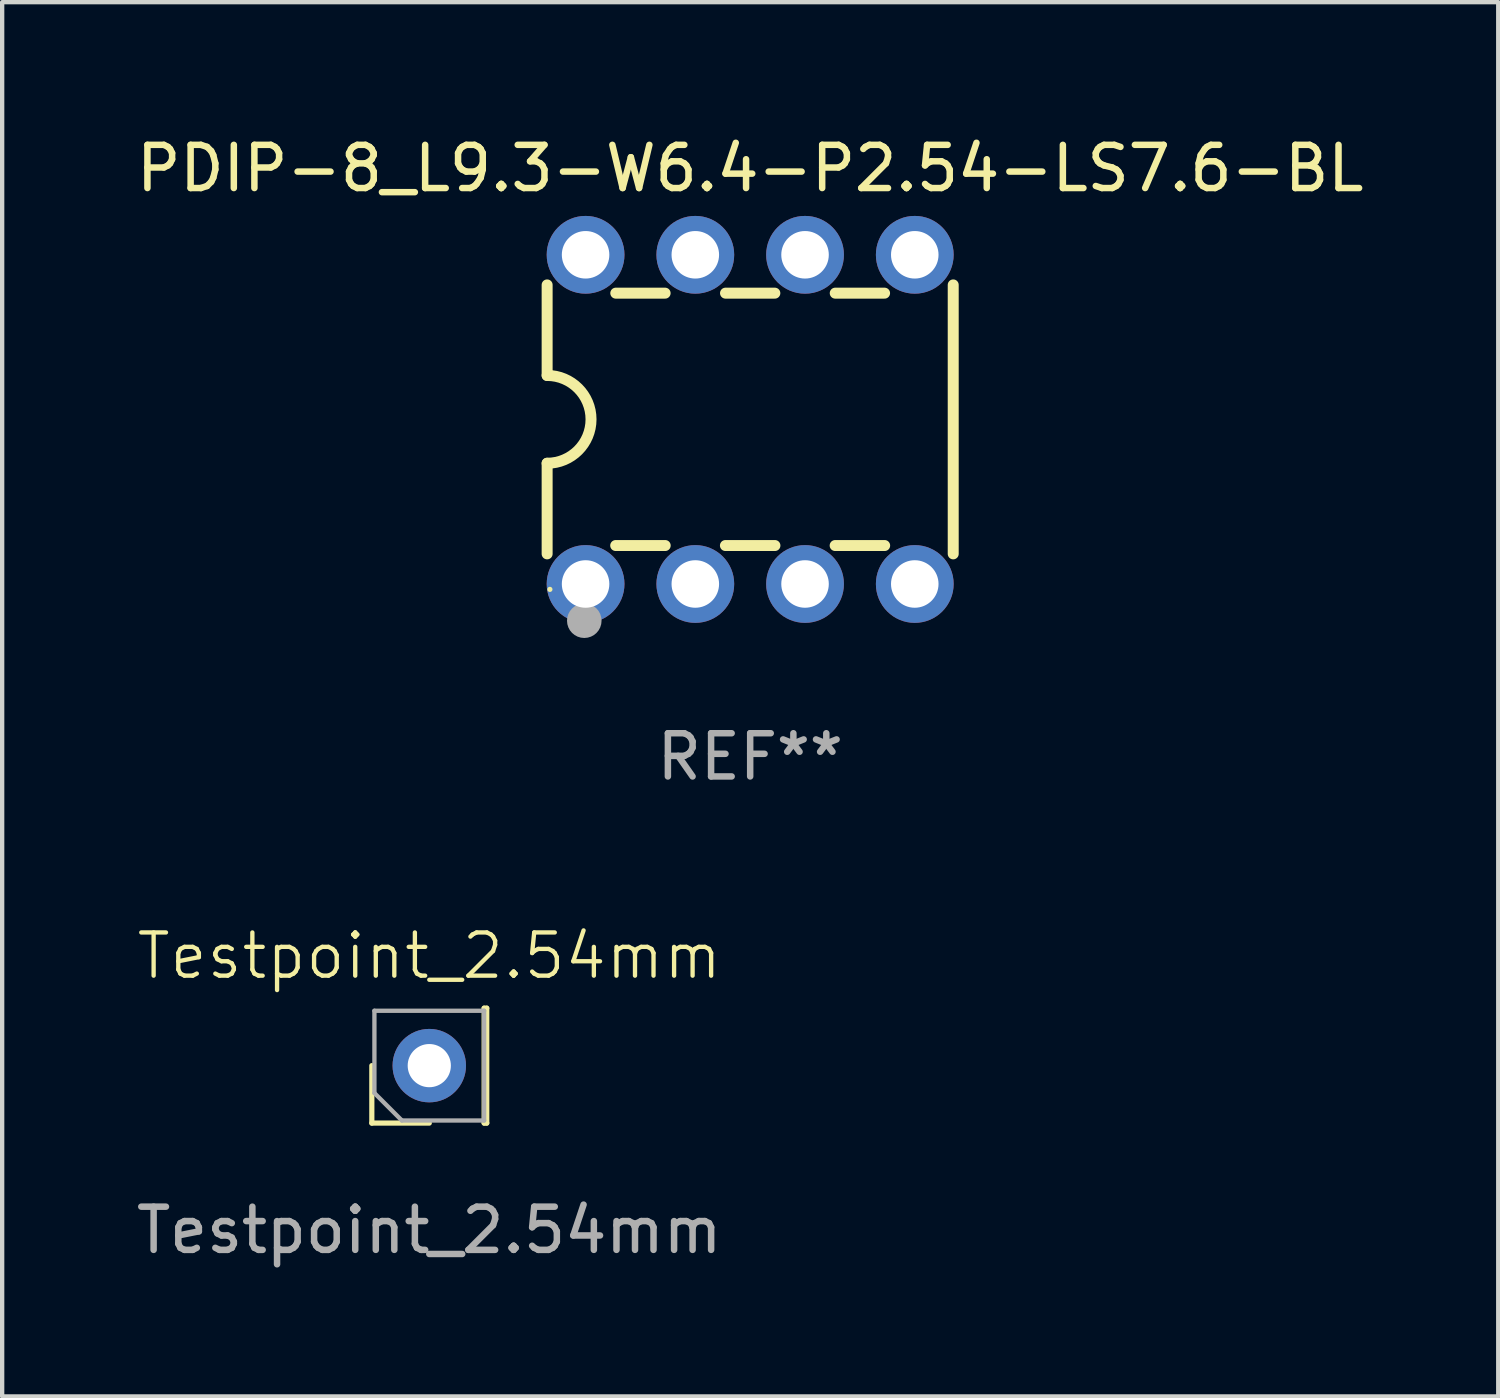
<source format=kicad_pcb>
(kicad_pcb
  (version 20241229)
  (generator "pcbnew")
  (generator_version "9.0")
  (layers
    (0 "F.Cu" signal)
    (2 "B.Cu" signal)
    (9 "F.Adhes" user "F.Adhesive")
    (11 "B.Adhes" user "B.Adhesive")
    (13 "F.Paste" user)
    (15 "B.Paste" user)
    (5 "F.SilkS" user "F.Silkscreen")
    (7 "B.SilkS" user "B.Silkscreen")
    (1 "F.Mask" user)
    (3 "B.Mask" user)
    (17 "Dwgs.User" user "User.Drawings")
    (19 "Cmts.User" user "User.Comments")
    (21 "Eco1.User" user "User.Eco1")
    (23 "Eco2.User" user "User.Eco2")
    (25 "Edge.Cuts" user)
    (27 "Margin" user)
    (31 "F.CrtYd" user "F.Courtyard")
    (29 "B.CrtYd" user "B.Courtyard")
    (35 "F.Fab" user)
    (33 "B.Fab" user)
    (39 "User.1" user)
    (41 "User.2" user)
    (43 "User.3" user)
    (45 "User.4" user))
  (footprint "Testpoint_2.54mm"
    (layer "F.Cu")
    (at 6.887 21.617)
    (property "Reference" "Testpoint_2.54mm" (at 0 -2.54 0) (unlocked yes) (layer "F.SilkS") (effects (font (size 1 1) (thickness 0.1))))
    (attr smd)
    (fp_line (start -1.33 1.33) (end -1.33 0) (stroke (width 0.12) (type solid)) (layer "F.SilkS"))
    (fp_line (start 0 1.33) (end -1.33 1.33) (stroke (width 0.12) (type solid)) (layer "F.SilkS"))
    (fp_line (start 1.27 -1.33) (end 1.33 -1.33) (stroke (width 0.12) (type solid)) (layer "F.SilkS"))
    (fp_line (start 1.27 1.33) (end 1.27 -1.33) (stroke (width 0.12) (type solid)) (layer "F.SilkS"))
    (fp_line (start 1.27 1.33) (end 1.33 1.33) (stroke (width 0.12) (type solid)) (layer "F.SilkS"))
    (fp_line (start 1.33 1.33) (end 1.33 -1.33) (stroke (width 0.12) (type solid)) (layer "F.SilkS"))
    (fp_line (start -1.27 -1.27) (end 1.27 -1.27) (stroke (width 0.1) (type solid)) (layer "F.Fab"))
    (fp_line (start -1.27 0.635) (end -1.27 -1.27) (stroke (width 0.1) (type solid)) (layer "F.Fab"))
    (fp_line (start -0.635 1.27) (end -1.27 0.635) (stroke (width 0.1) (type solid)) (layer "F.Fab"))
    (fp_line (start 1.27 -1.27) (end 1.27 1.27) (stroke (width 0.1) (type solid)) (layer "F.Fab"))
    (fp_line (start 1.27 1.27) (end -0.635 1.27) (stroke (width 0.1) (type solid)) (layer "F.Fab"))
    (fp_text user "${REFERENCE}" (at 0 3.81 0) (unlocked yes) (layer "F.Fab") (effects (font (size 1 1) (thickness 0.15))))
    (pad "1" thru_hole oval (at 0 0) (size 1.7 1.7) (drill 1) (layers "*.Cu" "*.Mask")))
  (footprint "PDIP-8_L9.3-W6.4-P2.54-LS7.6-BL"
    (layer "F.Cu")
    (at 14.315 6.658)
    (property "Reference" "PDIP-8_L9.3-W6.4-P2.54-LS7.6-BL" (at 0 -5.81 0) (layer "F.SilkS") (effects (font (size 1 1) (thickness 0.15))))
    (attr through_hole)
    (fp_line (start -4.7 -1.017) (end -4.7 -3.113) (stroke (width 0.254) (type solid)) (layer "F.SilkS"))
    (fp_line (start -4.7 1.015) (end -4.7 3.113) (stroke (width 0.254) (type solid)) (layer "F.SilkS"))
    (fp_line (start -3.113 2.92) (end -1.967 2.92) (stroke (width 0.254) (type solid)) (layer "F.SilkS"))
    (fp_line (start -3.111 -2.922) (end -1.969 -2.922) (stroke (width 0.254) (type solid)) (layer "F.SilkS"))
    (fp_line (start -0.573 2.92) (end 0.573 2.92) (stroke (width 0.254) (type solid)) (layer "F.SilkS"))
    (fp_line (start -0.571 -2.922) (end 0.571 -2.922) (stroke (width 0.254) (type solid)) (layer "F.SilkS"))
    (fp_line (start 1.967 2.92) (end 3.113 2.92) (stroke (width 0.254) (type solid)) (layer "F.SilkS"))
    (fp_line (start 1.969 -2.922) (end 3.111 -2.922) (stroke (width 0.254) (type solid)) (layer "F.SilkS"))
    (fp_line (start 4.7 -3.113) (end 4.7 3.113) (stroke (width 0.254) (type solid)) (layer "F.SilkS"))
    (fp_arc (start -4.7 -1.016764) (mid -3.683998 -0.000762) (end -4.7 1.01524) (stroke (width 0.254001) (type solid)) (layer "F.SilkS"))
    (fp_circle (center -4.636 3.935) (end -4.606 3.935) (stroke (width 0.06) (type solid)) (fill no) (layer "F.SilkS"))
    (fp_circle (center -3.84 4.66) (end -3.64 4.66) (stroke (width 0.4) (type solid)) (fill no) (layer "F.Fab"))
    (fp_text user "REF**" (at 0 7.81 0) (layer "F.Fab") (effects (font (size 1 1) (thickness 0.15))))
    (pad "1" thru_hole circle (at -3.81 3.81) (size 1.8 1.8) (drill 1.1) (layers "*.Cu" "*.Mask"))
    (pad "2" thru_hole circle (at -1.27 3.81) (size 1.8 1.8) (drill 1.1) (layers "*.Cu" "*.Mask"))
    (pad "3" thru_hole circle (at 1.27 3.81) (size 1.8 1.8) (drill 1.1) (layers "*.Cu" "*.Mask"))
    (pad "4" thru_hole circle (at 3.81 3.81) (size 1.8 1.8) (drill 1.1) (layers "*.Cu" "*.Mask"))
    (pad "5" thru_hole circle (at 3.81 -3.81) (size 1.8 1.8) (drill 1.1) (layers "*.Cu" "*.Mask"))
    (pad "6" thru_hole circle (at 1.27 -3.81) (size 1.8 1.8) (drill 1.1) (layers "*.Cu" "*.Mask"))
    (pad "7" thru_hole circle (at -1.27 -3.81) (size 1.8 1.8) (drill 1.1) (layers "*.Cu" "*.Mask"))
    (pad "8" thru_hole circle (at -3.81 -3.81) (size 1.8 1.8) (drill 1.1) (layers "*.Cu" "*.Mask")))
  (gr_rect
    (start -3 -3)
    (end 31.631 29.275)
    (stroke (width 0.1) (type default))
    (fill no)
    (layer "Edge.Cuts")))
</source>
